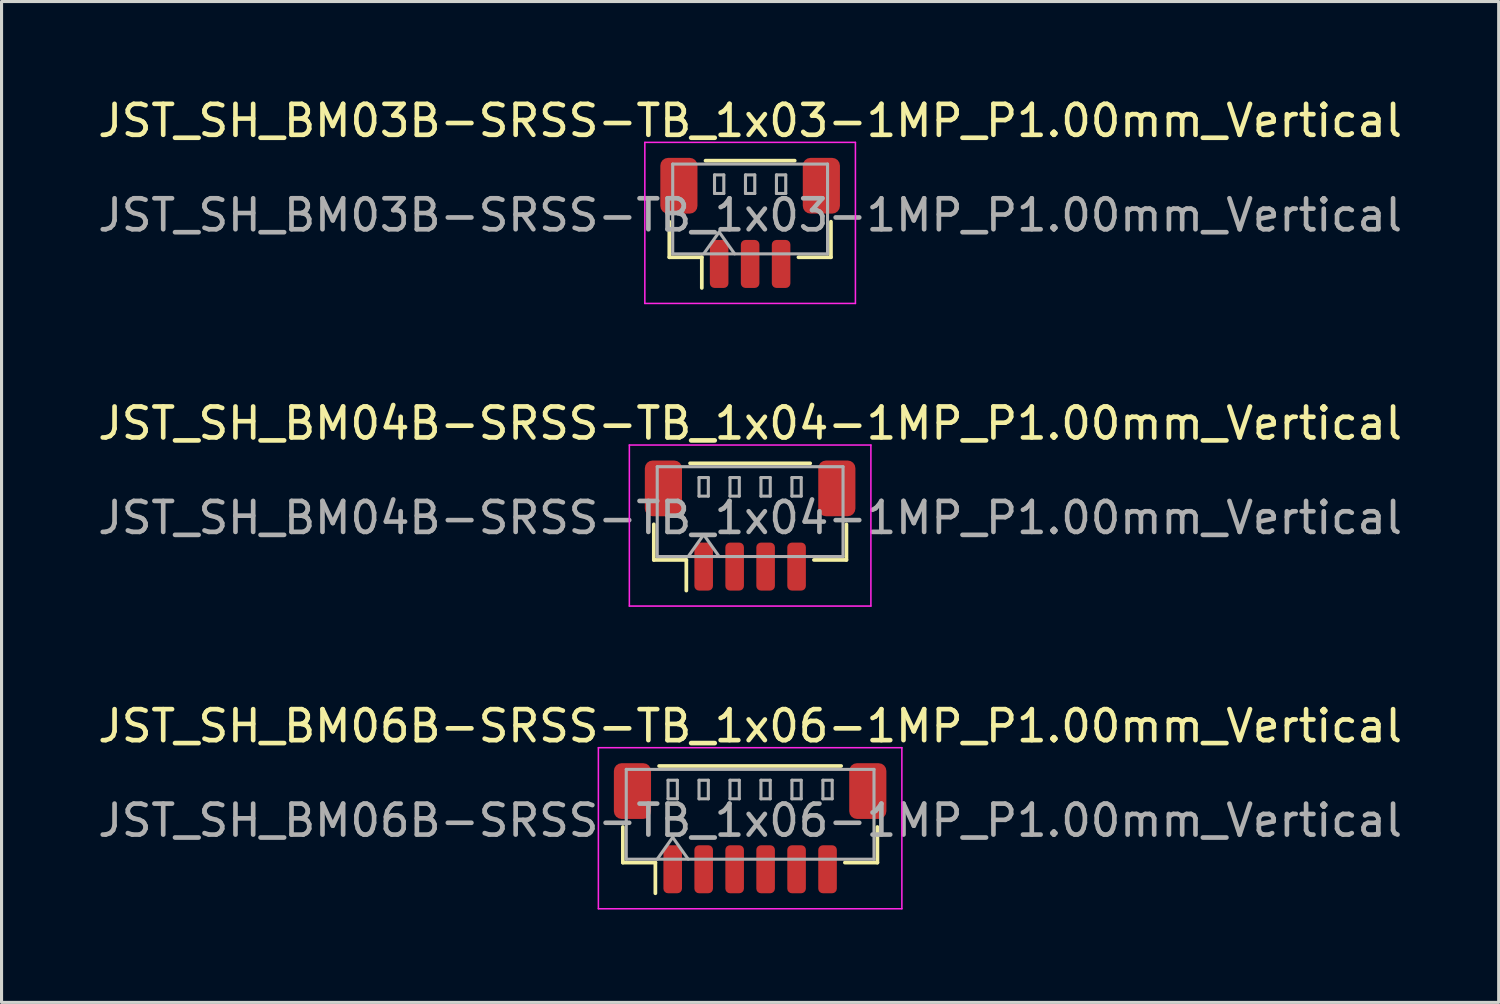
<source format=kicad_pcb>
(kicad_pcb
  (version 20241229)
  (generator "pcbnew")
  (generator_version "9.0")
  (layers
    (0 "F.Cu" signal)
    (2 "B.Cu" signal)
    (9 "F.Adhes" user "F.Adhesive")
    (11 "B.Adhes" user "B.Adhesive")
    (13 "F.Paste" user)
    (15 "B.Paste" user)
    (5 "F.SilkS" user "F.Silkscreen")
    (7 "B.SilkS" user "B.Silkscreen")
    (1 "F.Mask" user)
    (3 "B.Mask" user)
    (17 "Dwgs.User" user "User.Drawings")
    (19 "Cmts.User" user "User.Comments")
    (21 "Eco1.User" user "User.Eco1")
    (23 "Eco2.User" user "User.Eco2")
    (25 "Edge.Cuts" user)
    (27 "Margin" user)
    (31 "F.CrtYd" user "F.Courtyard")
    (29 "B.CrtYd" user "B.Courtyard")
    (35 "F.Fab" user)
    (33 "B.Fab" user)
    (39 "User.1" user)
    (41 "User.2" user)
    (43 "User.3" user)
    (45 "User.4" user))
  (footprint "JST_SH_BM04B-SRSS-TB_1x04-1MP_P1.00mm_Vertical"
    (layer "F.Cu")
    (at 21.173 13.921)
    (property "Reference" "JST_SH_BM04B-SRSS-TB_1x04-1MP_P1.00mm_Vertical" (at 0 -3.3 0) (layer "F.SilkS") (effects (font (size 1 1) (thickness 0.15))))
    (attr smd)
    (fp_line (start -3.11 -0.04) (end -3.11 1.11) (stroke (width 0.12) (type solid)) (layer "F.SilkS"))
    (fp_line (start -3.11 1.11) (end -2.06 1.11) (stroke (width 0.12) (type solid)) (layer "F.SilkS"))
    (fp_line (start -2.06 1.11) (end -2.06 2.1) (stroke (width 0.12) (type solid)) (layer "F.SilkS"))
    (fp_line (start -1.94 -2.01) (end 1.94 -2.01) (stroke (width 0.12) (type solid)) (layer "F.SilkS"))
    (fp_line (start 3.11 -0.04) (end 3.11 1.11) (stroke (width 0.12) (type solid)) (layer "F.SilkS"))
    (fp_line (start 3.11 1.11) (end 2.06 1.11) (stroke (width 0.12) (type solid)) (layer "F.SilkS"))
    (fp_line (start -3.9 -2.6) (end -3.9 2.6) (stroke (width 0.05) (type solid)) (layer "F.CrtYd"))
    (fp_line (start -3.9 2.6) (end 3.9 2.6) (stroke (width 0.05) (type solid)) (layer "F.CrtYd"))
    (fp_line (start 3.9 -2.6) (end -3.9 -2.6) (stroke (width 0.05) (type solid)) (layer "F.CrtYd"))
    (fp_line (start 3.9 2.6) (end 3.9 -2.6) (stroke (width 0.05) (type solid)) (layer "F.CrtYd"))
    (fp_line (start -3 -1.9) (end 3 -1.9) (stroke (width 0.1) (type solid)) (layer "F.Fab"))
    (fp_line (start -3 1) (end -3 -1.9) (stroke (width 0.1) (type solid)) (layer "F.Fab"))
    (fp_line (start -3 1) (end 3 1) (stroke (width 0.1) (type solid)) (layer "F.Fab"))
    (fp_line (start -2 1) (end -1.5 0.293) (stroke (width 0.1) (type solid)) (layer "F.Fab"))
    (fp_line (start -1.65 -1.55) (end -1.65 -0.95) (stroke (width 0.1) (type solid)) (layer "F.Fab"))
    (fp_line (start -1.65 -0.95) (end -1.35 -0.95) (stroke (width 0.1) (type solid)) (layer "F.Fab"))
    (fp_line (start -1.5 0.293) (end -1 1) (stroke (width 0.1) (type solid)) (layer "F.Fab"))
    (fp_line (start -1.35 -1.55) (end -1.65 -1.55) (stroke (width 0.1) (type solid)) (layer "F.Fab"))
    (fp_line (start -1.35 -0.95) (end -1.35 -1.55) (stroke (width 0.1) (type solid)) (layer "F.Fab"))
    (fp_line (start -0.65 -1.55) (end -0.65 -0.95) (stroke (width 0.1) (type solid)) (layer "F.Fab"))
    (fp_line (start -0.65 -0.95) (end -0.35 -0.95) (stroke (width 0.1) (type solid)) (layer "F.Fab"))
    (fp_line (start -0.35 -1.55) (end -0.65 -1.55) (stroke (width 0.1) (type solid)) (layer "F.Fab"))
    (fp_line (start -0.35 -0.95) (end -0.35 -1.55) (stroke (width 0.1) (type solid)) (layer "F.Fab"))
    (fp_line (start 0.35 -1.55) (end 0.35 -0.95) (stroke (width 0.1) (type solid)) (layer "F.Fab"))
    (fp_line (start 0.35 -0.95) (end 0.65 -0.95) (stroke (width 0.1) (type solid)) (layer "F.Fab"))
    (fp_line (start 0.65 -1.55) (end 0.35 -1.55) (stroke (width 0.1) (type solid)) (layer "F.Fab"))
    (fp_line (start 0.65 -0.95) (end 0.65 -1.55) (stroke (width 0.1) (type solid)) (layer "F.Fab"))
    (fp_line (start 1.35 -1.55) (end 1.35 -0.95) (stroke (width 0.1) (type solid)) (layer "F.Fab"))
    (fp_line (start 1.35 -0.95) (end 1.65 -0.95) (stroke (width 0.1) (type solid)) (layer "F.Fab"))
    (fp_line (start 1.65 -1.55) (end 1.35 -1.55) (stroke (width 0.1) (type solid)) (layer "F.Fab"))
    (fp_line (start 1.65 -0.95) (end 1.65 -1.55) (stroke (width 0.1) (type solid)) (layer "F.Fab"))
    (fp_line (start 3 1) (end 3 -1.9) (stroke (width 0.1) (type solid)) (layer "F.Fab"))
    (fp_text user "${REFERENCE}" (at 0 -0.25 0) (layer "F.Fab") (effects (font (size 1 1) (thickness 0.15))))
    (pad "1" smd roundrect (at -1.5 1.325) (size 0.6 1.55) (layers "F.Cu" "F.Mask" "F.Paste") (roundrect_rratio 0.25))
    (pad "2" smd roundrect (at -0.5 1.325) (size 0.6 1.55) (layers "F.Cu" "F.Mask" "F.Paste") (roundrect_rratio 0.25))
    (pad "3" smd roundrect (at 0.5 1.325) (size 0.6 1.55) (layers "F.Cu" "F.Mask" "F.Paste") (roundrect_rratio 0.25))
    (pad "4" smd roundrect (at 1.5 1.325) (size 0.6 1.55) (layers "F.Cu" "F.Mask" "F.Paste") (roundrect_rratio 0.25))
    (pad "MP" smd roundrect (at -2.8 -1.2) (size 1.2 1.8) (layers "F.Cu" "F.Mask" "F.Paste") (roundrect_rratio 0.208))
    (pad "MP" smd roundrect (at 2.8 -1.2) (size 1.2 1.8) (layers "F.Cu" "F.Mask" "F.Paste") (roundrect_rratio 0.208)))
  (footprint "JST_SH_BM03B-SRSS-TB_1x03-1MP_P1.00mm_Vertical"
    (layer "F.Cu")
    (at 21.173 4.148)
    (property "Reference" "JST_SH_BM03B-SRSS-TB_1x03-1MP_P1.00mm_Vertical" (at 0 -3.3 0) (layer "F.SilkS") (effects (font (size 1 1) (thickness 0.15))))
    (attr smd)
    (fp_line (start -2.61 -0.04) (end -2.61 1.11) (stroke (width 0.12) (type solid)) (layer "F.SilkS"))
    (fp_line (start -2.61 1.11) (end -1.56 1.11) (stroke (width 0.12) (type solid)) (layer "F.SilkS"))
    (fp_line (start -1.56 1.11) (end -1.56 2.1) (stroke (width 0.12) (type solid)) (layer "F.SilkS"))
    (fp_line (start -1.44 -2.01) (end 1.44 -2.01) (stroke (width 0.12) (type solid)) (layer "F.SilkS"))
    (fp_line (start 2.61 -0.04) (end 2.61 1.11) (stroke (width 0.12) (type solid)) (layer "F.SilkS"))
    (fp_line (start 2.61 1.11) (end 1.56 1.11) (stroke (width 0.12) (type solid)) (layer "F.SilkS"))
    (fp_line (start -3.4 -2.6) (end -3.4 2.6) (stroke (width 0.05) (type solid)) (layer "F.CrtYd"))
    (fp_line (start -3.4 2.6) (end 3.4 2.6) (stroke (width 0.05) (type solid)) (layer "F.CrtYd"))
    (fp_line (start 3.4 -2.6) (end -3.4 -2.6) (stroke (width 0.05) (type solid)) (layer "F.CrtYd"))
    (fp_line (start 3.4 2.6) (end 3.4 -2.6) (stroke (width 0.05) (type solid)) (layer "F.CrtYd"))
    (fp_line (start -2.5 -1.9) (end 2.5 -1.9) (stroke (width 0.1) (type solid)) (layer "F.Fab"))
    (fp_line (start -2.5 1) (end -2.5 -1.9) (stroke (width 0.1) (type solid)) (layer "F.Fab"))
    (fp_line (start -2.5 1) (end 2.5 1) (stroke (width 0.1) (type solid)) (layer "F.Fab"))
    (fp_line (start -1.5 1) (end -1 0.293) (stroke (width 0.1) (type solid)) (layer "F.Fab"))
    (fp_line (start -1.15 -1.55) (end -1.15 -0.95) (stroke (width 0.1) (type solid)) (layer "F.Fab"))
    (fp_line (start -1.15 -0.95) (end -0.85 -0.95) (stroke (width 0.1) (type solid)) (layer "F.Fab"))
    (fp_line (start -1 0.293) (end -0.5 1) (stroke (width 0.1) (type solid)) (layer "F.Fab"))
    (fp_line (start -0.85 -1.55) (end -1.15 -1.55) (stroke (width 0.1) (type solid)) (layer "F.Fab"))
    (fp_line (start -0.85 -0.95) (end -0.85 -1.55) (stroke (width 0.1) (type solid)) (layer "F.Fab"))
    (fp_line (start -0.15 -1.55) (end -0.15 -0.95) (stroke (width 0.1) (type solid)) (layer "F.Fab"))
    (fp_line (start -0.15 -0.95) (end 0.15 -0.95) (stroke (width 0.1) (type solid)) (layer "F.Fab"))
    (fp_line (start 0.15 -1.55) (end -0.15 -1.55) (stroke (width 0.1) (type solid)) (layer "F.Fab"))
    (fp_line (start 0.15 -0.95) (end 0.15 -1.55) (stroke (width 0.1) (type solid)) (layer "F.Fab"))
    (fp_line (start 0.85 -1.55) (end 0.85 -0.95) (stroke (width 0.1) (type solid)) (layer "F.Fab"))
    (fp_line (start 0.85 -0.95) (end 1.15 -0.95) (stroke (width 0.1) (type solid)) (layer "F.Fab"))
    (fp_line (start 1.15 -1.55) (end 0.85 -1.55) (stroke (width 0.1) (type solid)) (layer "F.Fab"))
    (fp_line (start 1.15 -0.95) (end 1.15 -1.55) (stroke (width 0.1) (type solid)) (layer "F.Fab"))
    (fp_line (start 2.5 1) (end 2.5 -1.9) (stroke (width 0.1) (type solid)) (layer "F.Fab"))
    (fp_text user "${REFERENCE}" (at 0 -0.25 0) (layer "F.Fab") (effects (font (size 1 1) (thickness 0.15))))
    (pad "1" smd roundrect (at -1 1.325) (size 0.6 1.55) (layers "F.Cu" "F.Mask" "F.Paste") (roundrect_rratio 0.25))
    (pad "2" smd roundrect (at 0 1.325) (size 0.6 1.55) (layers "F.Cu" "F.Mask" "F.Paste") (roundrect_rratio 0.25))
    (pad "3" smd roundrect (at 1 1.325) (size 0.6 1.55) (layers "F.Cu" "F.Mask" "F.Paste") (roundrect_rratio 0.25))
    (pad "MP" smd roundrect (at -2.3 -1.2) (size 1.2 1.8) (layers "F.Cu" "F.Mask" "F.Paste") (roundrect_rratio 0.208))
    (pad "MP" smd roundrect (at 2.3 -1.2) (size 1.2 1.8) (layers "F.Cu" "F.Mask" "F.Paste") (roundrect_rratio 0.208)))
  (footprint "JST_SH_BM06B-SRSS-TB_1x06-1MP_P1.00mm_Vertical"
    (layer "F.Cu")
    (at 21.173 23.695)
    (property "Reference" "JST_SH_BM06B-SRSS-TB_1x06-1MP_P1.00mm_Vertical" (at 0 -3.3 0) (layer "F.SilkS") (effects (font (size 1 1) (thickness 0.15))))
    (attr smd)
    (fp_line (start -4.11 -0.04) (end -4.11 1.11) (stroke (width 0.12) (type solid)) (layer "F.SilkS"))
    (fp_line (start -4.11 1.11) (end -3.06 1.11) (stroke (width 0.12) (type solid)) (layer "F.SilkS"))
    (fp_line (start -3.06 1.11) (end -3.06 2.1) (stroke (width 0.12) (type solid)) (layer "F.SilkS"))
    (fp_line (start -2.94 -2.01) (end 2.94 -2.01) (stroke (width 0.12) (type solid)) (layer "F.SilkS"))
    (fp_line (start 4.11 -0.04) (end 4.11 1.11) (stroke (width 0.12) (type solid)) (layer "F.SilkS"))
    (fp_line (start 4.11 1.11) (end 3.06 1.11) (stroke (width 0.12) (type solid)) (layer "F.SilkS"))
    (fp_line (start -4.9 -2.6) (end -4.9 2.6) (stroke (width 0.05) (type solid)) (layer "F.CrtYd"))
    (fp_line (start -4.9 2.6) (end 4.9 2.6) (stroke (width 0.05) (type solid)) (layer "F.CrtYd"))
    (fp_line (start 4.9 -2.6) (end -4.9 -2.6) (stroke (width 0.05) (type solid)) (layer "F.CrtYd"))
    (fp_line (start 4.9 2.6) (end 4.9 -2.6) (stroke (width 0.05) (type solid)) (layer "F.CrtYd"))
    (fp_line (start -4 -1.9) (end 4 -1.9) (stroke (width 0.1) (type solid)) (layer "F.Fab"))
    (fp_line (start -4 1) (end -4 -1.9) (stroke (width 0.1) (type solid)) (layer "F.Fab"))
    (fp_line (start -4 1) (end 4 1) (stroke (width 0.1) (type solid)) (layer "F.Fab"))
    (fp_line (start -3 1) (end -2.5 0.293) (stroke (width 0.1) (type solid)) (layer "F.Fab"))
    (fp_line (start -2.65 -1.55) (end -2.65 -0.95) (stroke (width 0.1) (type solid)) (layer "F.Fab"))
    (fp_line (start -2.65 -0.95) (end -2.35 -0.95) (stroke (width 0.1) (type solid)) (layer "F.Fab"))
    (fp_line (start -2.5 0.293) (end -2 1) (stroke (width 0.1) (type solid)) (layer "F.Fab"))
    (fp_line (start -2.35 -1.55) (end -2.65 -1.55) (stroke (width 0.1) (type solid)) (layer "F.Fab"))
    (fp_line (start -2.35 -0.95) (end -2.35 -1.55) (stroke (width 0.1) (type solid)) (layer "F.Fab"))
    (fp_line (start -1.65 -1.55) (end -1.65 -0.95) (stroke (width 0.1) (type solid)) (layer "F.Fab"))
    (fp_line (start -1.65 -0.95) (end -1.35 -0.95) (stroke (width 0.1) (type solid)) (layer "F.Fab"))
    (fp_line (start -1.35 -1.55) (end -1.65 -1.55) (stroke (width 0.1) (type solid)) (layer "F.Fab"))
    (fp_line (start -1.35 -0.95) (end -1.35 -1.55) (stroke (width 0.1) (type solid)) (layer "F.Fab"))
    (fp_line (start -0.65 -1.55) (end -0.65 -0.95) (stroke (width 0.1) (type solid)) (layer "F.Fab"))
    (fp_line (start -0.65 -0.95) (end -0.35 -0.95) (stroke (width 0.1) (type solid)) (layer "F.Fab"))
    (fp_line (start -0.35 -1.55) (end -0.65 -1.55) (stroke (width 0.1) (type solid)) (layer "F.Fab"))
    (fp_line (start -0.35 -0.95) (end -0.35 -1.55) (stroke (width 0.1) (type solid)) (layer "F.Fab"))
    (fp_line (start 0.35 -1.55) (end 0.35 -0.95) (stroke (width 0.1) (type solid)) (layer "F.Fab"))
    (fp_line (start 0.35 -0.95) (end 0.65 -0.95) (stroke (width 0.1) (type solid)) (layer "F.Fab"))
    (fp_line (start 0.65 -1.55) (end 0.35 -1.55) (stroke (width 0.1) (type solid)) (layer "F.Fab"))
    (fp_line (start 0.65 -0.95) (end 0.65 -1.55) (stroke (width 0.1) (type solid)) (layer "F.Fab"))
    (fp_line (start 1.35 -1.55) (end 1.35 -0.95) (stroke (width 0.1) (type solid)) (layer "F.Fab"))
    (fp_line (start 1.35 -0.95) (end 1.65 -0.95) (stroke (width 0.1) (type solid)) (layer "F.Fab"))
    (fp_line (start 1.65 -1.55) (end 1.35 -1.55) (stroke (width 0.1) (type solid)) (layer "F.Fab"))
    (fp_line (start 1.65 -0.95) (end 1.65 -1.55) (stroke (width 0.1) (type solid)) (layer "F.Fab"))
    (fp_line (start 2.35 -1.55) (end 2.35 -0.95) (stroke (width 0.1) (type solid)) (layer "F.Fab"))
    (fp_line (start 2.35 -0.95) (end 2.65 -0.95) (stroke (width 0.1) (type solid)) (layer "F.Fab"))
    (fp_line (start 2.65 -1.55) (end 2.35 -1.55) (stroke (width 0.1) (type solid)) (layer "F.Fab"))
    (fp_line (start 2.65 -0.95) (end 2.65 -1.55) (stroke (width 0.1) (type solid)) (layer "F.Fab"))
    (fp_line (start 4 1) (end 4 -1.9) (stroke (width 0.1) (type solid)) (layer "F.Fab"))
    (fp_text user "${REFERENCE}" (at 0 -0.25 0) (layer "F.Fab") (effects (font (size 1 1) (thickness 0.15))))
    (pad "1" smd roundrect (at -2.5 1.325) (size 0.6 1.55) (layers "F.Cu" "F.Mask" "F.Paste") (roundrect_rratio 0.25))
    (pad "2" smd roundrect (at -1.5 1.325) (size 0.6 1.55) (layers "F.Cu" "F.Mask" "F.Paste") (roundrect_rratio 0.25))
    (pad "3" smd roundrect (at -0.5 1.325) (size 0.6 1.55) (layers "F.Cu" "F.Mask" "F.Paste") (roundrect_rratio 0.25))
    (pad "4" smd roundrect (at 0.5 1.325) (size 0.6 1.55) (layers "F.Cu" "F.Mask" "F.Paste") (roundrect_rratio 0.25))
    (pad "5" smd roundrect (at 1.5 1.325) (size 0.6 1.55) (layers "F.Cu" "F.Mask" "F.Paste") (roundrect_rratio 0.25))
    (pad "6" smd roundrect (at 2.5 1.325) (size 0.6 1.55) (layers "F.Cu" "F.Mask" "F.Paste") (roundrect_rratio 0.25))
    (pad "MP" smd roundrect (at -3.8 -1.2) (size 1.2 1.8) (layers "F.Cu" "F.Mask" "F.Paste") (roundrect_rratio 0.208))
    (pad "MP" smd roundrect (at 3.8 -1.2) (size 1.2 1.8) (layers "F.Cu" "F.Mask" "F.Paste") (roundrect_rratio 0.208)))
  (gr_rect
    (start -3 -3)
    (end 45.345 29.32)
    (stroke (width 0.1) (type default))
    (fill no)
    (layer "Edge.Cuts")))
</source>
